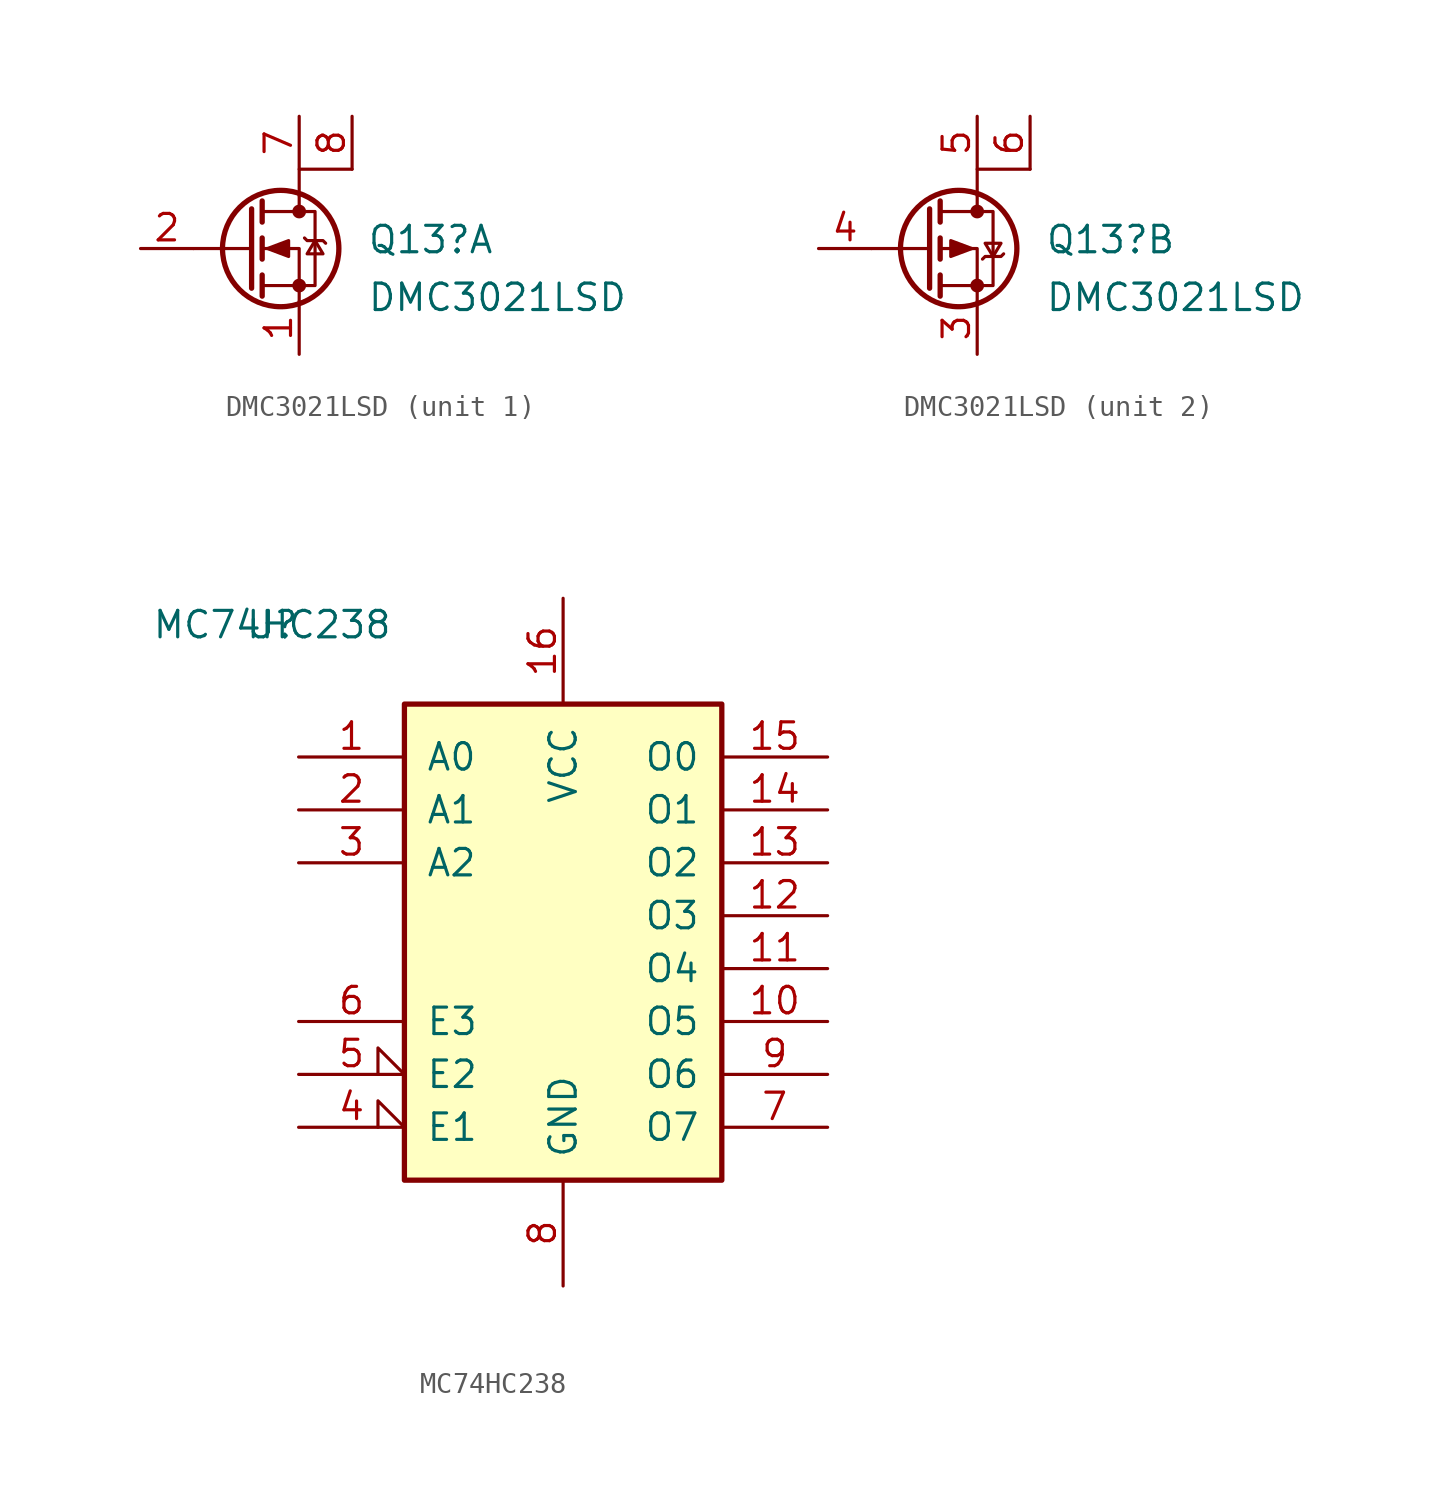
<source format=kicad_sym>
(kicad_symbol_lib
  (version 20211014)
  (generator kicad_symbol_editor)
  (symbol "DMC3021LSD"
    (pin_names hide)
    (property "Reference" "Q13"
      (at 3.251 0.426 0)
      (effects (font (size 1.27 1.27)) (justify left)))
    (property "Value" "DMC3021LSD"
      (at 3.251 -2.349 0)
      (effects (font (size 1.27 1.27)) (justify left)))
    (symbol "DMC3021LSD_0_1"
      (circle (center -0.889 0) (radius 2.794) (stroke (width 0.254) (type default) (color 0 0 0 0)) (fill (type none)))
      (circle (center 0 -1.778) (radius 0.254) (stroke (width 0) (type default) (color 0 0 0 0)) (fill (type outline)))
      (polyline (pts (xy -2.286 0) (xy -5.08 0)) (stroke (width 0) (type default) (color 0 0 0 0)) (fill (type none)))
      (polyline (pts (xy -2.286 1.905) (xy -2.286 -1.905)) (stroke (width 0.254) (type default) (color 0 0 0 0)) (fill (type none)))
      (polyline (pts (xy -1.778 -1.27) (xy -1.778 -2.286)) (stroke (width 0.254) (type default) (color 0 0 0 0)) (fill (type none)))
      (polyline (pts (xy -1.778 0.508) (xy -1.778 -0.508)) (stroke (width 0.254) (type default) (color 0 0 0 0)) (fill (type none)))
      (polyline (pts (xy -1.778 2.286) (xy -1.778 1.27)) (stroke (width 0.254) (type default) (color 0 0 0 0)) (fill (type none)))
      (polyline (pts (xy 0 2.54) (xy 0 1.778)) (stroke (width 0) (type default) (color 0 0 0 0)) (fill (type none)))
      (polyline (pts (xy 0 -2.54) (xy 0 0) (xy -1.778 0)) (stroke (width 0) (type default) (color 0 0 0 0)) (fill (type none)))
      (polyline (pts (xy 2.54 3.81) (xy 0 3.81) (xy 0 2.54)) (stroke (width 0.152) (type default) (color 0 0 0 0)) (fill (type none)))
      (polyline (pts (xy -1.778 -1.778) (xy 0.762 -1.778) (xy 0.762 1.778) (xy -1.778 1.778)) (stroke (width 0) (type default) (color 0 0 0 0)) (fill (type none)))
      (circle (center 0 1.778) (radius 0.254) (stroke (width 0) (type default) (color 0 0 0 0)) (fill (type outline))))
    (symbol "DMC3021LSD_1_1"
      (polyline (pts (xy -1.524 0) (xy -0.508 0.381) (xy -0.508 -0.381) (xy -1.524 0)) (stroke (width 0) (type default) (color 0 0 0 0)) (fill (type outline)))
      (polyline (pts (xy 0.254 0.508) (xy 0.381 0.381) (xy 1.143 0.381) (xy 1.27 0.254)) (stroke (width 0) (type default) (color 0 0 0 0)) (fill (type none)))
      (polyline (pts (xy 0.762 0.381) (xy 0.381 -0.254) (xy 1.143 -0.254) (xy 0.762 0.381)) (stroke (width 0) (type default) (color 0 0 0 0)) (fill (type none)))
      (pin passive line (at 0 -5.08 90) (length 2.54) (name "S" (effects (font (size 1.27 1.27)))) (number "1" (effects (font (size 1.27 1.27)))))
      (pin passive line (at -7.62 0 0) (length 2.54) (name "G" (effects (font (size 1.27 1.27)))) (number "2" (effects (font (size 1.27 1.27)))))
      (pin passive line (at 0 6.35 270) (length 2.54) (name "D" (effects (font (size 1.27 1.27)))) (number "7" (effects (font (size 1.27 1.27)))))
      (pin passive line (at 2.54 6.35 270) (length 2.54) (name "D" (effects (font (size 1.27 1.27)))) (number "8" (effects (font (size 1.27 1.27))))))
    (symbol "DMC3021LSD_2_1"
      (polyline (pts (xy -0.254 0) (xy -1.27 0.381) (xy -1.27 -0.381) (xy -0.254 0)) (stroke (width 0) (type default) (color 0 0 0 0)) (fill (type outline)))
      (polyline (pts (xy 0.254 -0.508) (xy 0.381 -0.381) (xy 1.143 -0.381) (xy 1.27 -0.254)) (stroke (width 0) (type default) (color 0 0 0 0)) (fill (type none)))
      (polyline (pts (xy 0.762 -0.381) (xy 0.381 0.254) (xy 1.143 0.254) (xy 0.762 -0.381)) (stroke (width 0) (type default) (color 0 0 0 0)) (fill (type none)))
      (pin passive line (at 0 -5.08 90) (length 2.54) (name "S" (effects (font (size 1.27 1.27)))) (number "3" (effects (font (size 1.27 1.27)))))
      (pin passive line (at -7.62 0 0) (length 2.54) (name "G" (effects (font (size 1.27 1.27)))) (number "4" (effects (font (size 1.27 1.27)))))
      (pin passive line (at 0 6.35 270) (length 2.54) (name "D" (effects (font (size 1.27 1.27)))) (number "5" (effects (font (size 1.27 1.27)))))
      (pin passive line (at 2.54 6.35 270) (length 2.54) (name "D" (effects (font (size 1.27 1.27)))) (number "6" (effects (font (size 1.27 1.27)))))))
  (symbol "MC74HC238"
    (pin_names
      (offset 1.016))
    (property "Reference" "U"
      (at -13.97 13.97 0)
      (effects (font (size 1.27 1.27))))
    (property "Value" "MC74HC238"
      (at -13.97 13.97 0)
      (effects (font (size 1.27 1.27))))
    (symbol "MC74HC238_1_1"
      (rectangle (start -7.62 10.16) (end 7.62 -12.7) (stroke (width 0.254) (type default) (color 0 0 0 0)) (fill (type background)))
      (pin input line (at -12.7 7.62 0) (length 5.08) (name "A0" (effects (font (size 1.27 1.27)))) (number "1" (effects (font (size 1.27 1.27)))))
      (pin output line (at 12.7 -5.08 180) (length 5.08) (name "O5" (effects (font (size 1.27 1.27)))) (number "10" (effects (font (size 1.27 1.27)))))
      (pin output line (at 12.7 -2.54 180) (length 5.08) (name "O4" (effects (font (size 1.27 1.27)))) (number "11" (effects (font (size 1.27 1.27)))))
      (pin output line (at 12.7 0 180) (length 5.08) (name "O3" (effects (font (size 1.27 1.27)))) (number "12" (effects (font (size 1.27 1.27)))))
      (pin output line (at 12.7 2.54 180) (length 5.08) (name "O2" (effects (font (size 1.27 1.27)))) (number "13" (effects (font (size 1.27 1.27)))))
      (pin output line (at 12.7 5.08 180) (length 5.08) (name "O1" (effects (font (size 1.27 1.27)))) (number "14" (effects (font (size 1.27 1.27)))))
      (pin output line (at 12.7 7.62 180) (length 5.08) (name "O0" (effects (font (size 1.27 1.27)))) (number "15" (effects (font (size 1.27 1.27)))))
      (pin power_in line (at 0 15.24 270) (length 5.08) (name "VCC" (effects (font (size 1.27 1.27)))) (number "16" (effects (font (size 1.27 1.27)))))
      (pin input line (at -12.7 5.08 0) (length 5.08) (name "A1" (effects (font (size 1.27 1.27)))) (number "2" (effects (font (size 1.27 1.27)))))
      (pin input line (at -12.7 2.54 0) (length 5.08) (name "A2" (effects (font (size 1.27 1.27)))) (number "3" (effects (font (size 1.27 1.27)))))
      (pin input input_low (at -12.7 -10.16 0) (length 5.08) (name "E1" (effects (font (size 1.27 1.27)))) (number "4" (effects (font (size 1.27 1.27)))))
      (pin input input_low (at -12.7 -7.62 0) (length 5.08) (name "E2" (effects (font (size 1.27 1.27)))) (number "5" (effects (font (size 1.27 1.27)))))
      (pin input line (at -12.7 -5.08 0) (length 5.08) (name "E3" (effects (font (size 1.27 1.27)))) (number "6" (effects (font (size 1.27 1.27)))))
      (pin output line (at 12.7 -10.16 180) (length 5.08) (name "O7" (effects (font (size 1.27 1.27)))) (number "7" (effects (font (size 1.27 1.27)))))
      (pin power_in line (at 0 -17.78 90) (length 5.08) (name "GND" (effects (font (size 1.27 1.27)))) (number "8" (effects (font (size 1.27 1.27)))))
      (pin output line (at 12.7 -7.62 180) (length 5.08) (name "O6" (effects (font (size 1.27 1.27)))) (number "9" (effects (font (size 1.27 1.27))))))))
</source>
